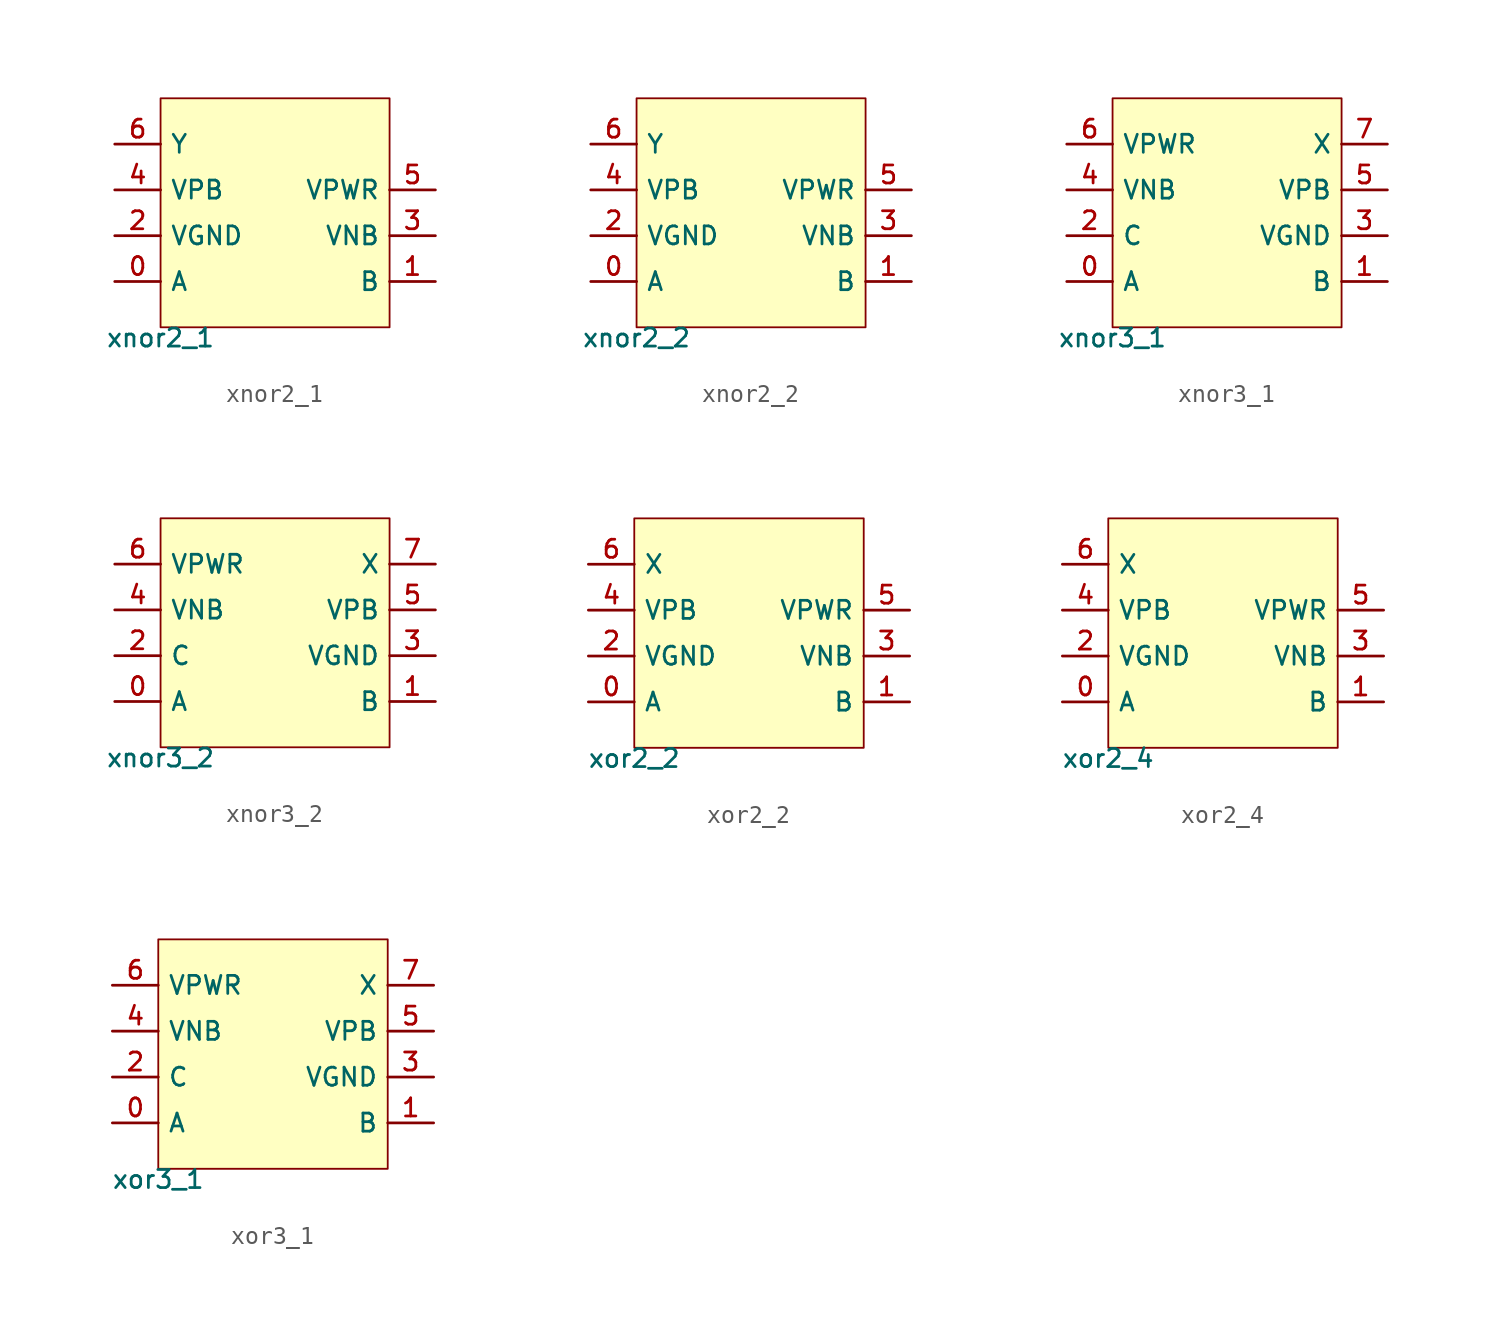
<source format=kicad_sym>
(kicad_symbol_lib
  (version 20211014)
  (generator pdk2kicad)
  (symbol "xnor2_1"
    (property "Reference" "X"
      (at 0 0 0)
      (effects (font (size 1 1)) hide))
    (property "Value" "xnor2_1"
      (at -6.35 -6.35 0)
      (effects (font (size 1 1)) (justify top)))
    (rectangle
      (start -6.35 -6.35)
      (end 6.35 6.35)
      (stroke (width 0.1) (type solid) (color 0 0 0 0))
      (fill (type background)))
    (pin bidirectional line
      (at -8.89 -3.81 0)
      (length 2.54)
      (name "A" (effects (font (size 1 1)) hide))
      (number "0" (effects (font (size 1 1)) hide)))
    (pin bidirectional line
      (at 8.89 -3.81 180)
      (length 2.54)
      (name "B" (effects (font (size 1 1)) hide))
      (number "1" (effects (font (size 1 1)) hide)))
    (pin bidirectional line
      (at -8.89 -1.27 0)
      (length 2.54)
      (name "VGND" (effects (font (size 1 1)) hide))
      (number "2" (effects (font (size 1 1)) hide)))
    (pin bidirectional line
      (at 8.89 -1.27 180)
      (length 2.54)
      (name "VNB" (effects (font (size 1 1)) hide))
      (number "3" (effects (font (size 1 1)) hide)))
    (pin bidirectional line
      (at -8.89 1.27 0)
      (length 2.54)
      (name "VPB" (effects (font (size 1 1)) hide))
      (number "4" (effects (font (size 1 1)) hide)))
    (pin bidirectional line
      (at 8.89 1.27 180)
      (length 2.54)
      (name "VPWR" (effects (font (size 1 1)) hide))
      (number "5" (effects (font (size 1 1)) hide)))
    (pin bidirectional line
      (at -8.89 3.81 0)
      (length 2.54)
      (name "Y" (effects (font (size 1 1)) hide))
      (number "6" (effects (font (size 1 1)) hide))))
  (symbol "xnor2_2"
    (property "Reference" "X"
      (at 0 0 0)
      (effects (font (size 1 1)) hide))
    (property "Value" "xnor2_2"
      (at -6.35 -6.35 0)
      (effects (font (size 1 1)) (justify top)))
    (rectangle
      (start -6.35 -6.35)
      (end 6.35 6.35)
      (stroke (width 0.1) (type solid) (color 0 0 0 0))
      (fill (type background)))
    (pin bidirectional line
      (at -8.89 -3.81 0)
      (length 2.54)
      (name "A" (effects (font (size 1 1)) hide))
      (number "0" (effects (font (size 1 1)) hide)))
    (pin bidirectional line
      (at 8.89 -3.81 180)
      (length 2.54)
      (name "B" (effects (font (size 1 1)) hide))
      (number "1" (effects (font (size 1 1)) hide)))
    (pin bidirectional line
      (at -8.89 -1.27 0)
      (length 2.54)
      (name "VGND" (effects (font (size 1 1)) hide))
      (number "2" (effects (font (size 1 1)) hide)))
    (pin bidirectional line
      (at 8.89 -1.27 180)
      (length 2.54)
      (name "VNB" (effects (font (size 1 1)) hide))
      (number "3" (effects (font (size 1 1)) hide)))
    (pin bidirectional line
      (at -8.89 1.27 0)
      (length 2.54)
      (name "VPB" (effects (font (size 1 1)) hide))
      (number "4" (effects (font (size 1 1)) hide)))
    (pin bidirectional line
      (at 8.89 1.27 180)
      (length 2.54)
      (name "VPWR" (effects (font (size 1 1)) hide))
      (number "5" (effects (font (size 1 1)) hide)))
    (pin bidirectional line
      (at -8.89 3.81 0)
      (length 2.54)
      (name "Y" (effects (font (size 1 1)) hide))
      (number "6" (effects (font (size 1 1)) hide))))
  (symbol "xnor3_1"
    (property "Reference" "X"
      (at 0 0 0)
      (effects (font (size 1 1)) hide))
    (property "Value" "xnor3_1"
      (at -6.35 -6.35 0)
      (effects (font (size 1 1)) (justify top)))
    (rectangle
      (start -6.35 -6.35)
      (end 6.35 6.35)
      (stroke (width 0.1) (type solid) (color 0 0 0 0))
      (fill (type background)))
    (pin bidirectional line
      (at -8.89 -3.81 0)
      (length 2.54)
      (name "A" (effects (font (size 1 1)) hide))
      (number "0" (effects (font (size 1 1)) hide)))
    (pin bidirectional line
      (at 8.89 -3.81 180)
      (length 2.54)
      (name "B" (effects (font (size 1 1)) hide))
      (number "1" (effects (font (size 1 1)) hide)))
    (pin bidirectional line
      (at -8.89 -1.27 0)
      (length 2.54)
      (name "C" (effects (font (size 1 1)) hide))
      (number "2" (effects (font (size 1 1)) hide)))
    (pin bidirectional line
      (at 8.89 -1.27 180)
      (length 2.54)
      (name "VGND" (effects (font (size 1 1)) hide))
      (number "3" (effects (font (size 1 1)) hide)))
    (pin bidirectional line
      (at -8.89 1.27 0)
      (length 2.54)
      (name "VNB" (effects (font (size 1 1)) hide))
      (number "4" (effects (font (size 1 1)) hide)))
    (pin bidirectional line
      (at 8.89 1.27 180)
      (length 2.54)
      (name "VPB" (effects (font (size 1 1)) hide))
      (number "5" (effects (font (size 1 1)) hide)))
    (pin bidirectional line
      (at -8.89 3.81 0)
      (length 2.54)
      (name "VPWR" (effects (font (size 1 1)) hide))
      (number "6" (effects (font (size 1 1)) hide)))
    (pin bidirectional line
      (at 8.89 3.81 180)
      (length 2.54)
      (name "X" (effects (font (size 1 1)) hide))
      (number "7" (effects (font (size 1 1)) hide))))
  (symbol "xnor3_2"
    (property "Reference" "X"
      (at 0 0 0)
      (effects (font (size 1 1)) hide))
    (property "Value" "xnor3_2"
      (at -6.35 -6.35 0)
      (effects (font (size 1 1)) (justify top)))
    (rectangle
      (start -6.35 -6.35)
      (end 6.35 6.35)
      (stroke (width 0.1) (type solid) (color 0 0 0 0))
      (fill (type background)))
    (pin bidirectional line
      (at -8.89 -3.81 0)
      (length 2.54)
      (name "A" (effects (font (size 1 1)) hide))
      (number "0" (effects (font (size 1 1)) hide)))
    (pin bidirectional line
      (at 8.89 -3.81 180)
      (length 2.54)
      (name "B" (effects (font (size 1 1)) hide))
      (number "1" (effects (font (size 1 1)) hide)))
    (pin bidirectional line
      (at -8.89 -1.27 0)
      (length 2.54)
      (name "C" (effects (font (size 1 1)) hide))
      (number "2" (effects (font (size 1 1)) hide)))
    (pin bidirectional line
      (at 8.89 -1.27 180)
      (length 2.54)
      (name "VGND" (effects (font (size 1 1)) hide))
      (number "3" (effects (font (size 1 1)) hide)))
    (pin bidirectional line
      (at -8.89 1.27 0)
      (length 2.54)
      (name "VNB" (effects (font (size 1 1)) hide))
      (number "4" (effects (font (size 1 1)) hide)))
    (pin bidirectional line
      (at 8.89 1.27 180)
      (length 2.54)
      (name "VPB" (effects (font (size 1 1)) hide))
      (number "5" (effects (font (size 1 1)) hide)))
    (pin bidirectional line
      (at -8.89 3.81 0)
      (length 2.54)
      (name "VPWR" (effects (font (size 1 1)) hide))
      (number "6" (effects (font (size 1 1)) hide)))
    (pin bidirectional line
      (at 8.89 3.81 180)
      (length 2.54)
      (name "X" (effects (font (size 1 1)) hide))
      (number "7" (effects (font (size 1 1)) hide))))
  (symbol "xor2_2"
    (property "Reference" "X"
      (at 0 0 0)
      (effects (font (size 1 1)) hide))
    (property "Value" "xor2_2"
      (at -6.35 -6.35 0)
      (effects (font (size 1 1)) (justify top)))
    (rectangle
      (start -6.35 -6.35)
      (end 6.35 6.35)
      (stroke (width 0.1) (type solid) (color 0 0 0 0))
      (fill (type background)))
    (pin bidirectional line
      (at -8.89 -3.81 0)
      (length 2.54)
      (name "A" (effects (font (size 1 1)) hide))
      (number "0" (effects (font (size 1 1)) hide)))
    (pin bidirectional line
      (at 8.89 -3.81 180)
      (length 2.54)
      (name "B" (effects (font (size 1 1)) hide))
      (number "1" (effects (font (size 1 1)) hide)))
    (pin bidirectional line
      (at -8.89 -1.27 0)
      (length 2.54)
      (name "VGND" (effects (font (size 1 1)) hide))
      (number "2" (effects (font (size 1 1)) hide)))
    (pin bidirectional line
      (at 8.89 -1.27 180)
      (length 2.54)
      (name "VNB" (effects (font (size 1 1)) hide))
      (number "3" (effects (font (size 1 1)) hide)))
    (pin bidirectional line
      (at -8.89 1.27 0)
      (length 2.54)
      (name "VPB" (effects (font (size 1 1)) hide))
      (number "4" (effects (font (size 1 1)) hide)))
    (pin bidirectional line
      (at 8.89 1.27 180)
      (length 2.54)
      (name "VPWR" (effects (font (size 1 1)) hide))
      (number "5" (effects (font (size 1 1)) hide)))
    (pin bidirectional line
      (at -8.89 3.81 0)
      (length 2.54)
      (name "X" (effects (font (size 1 1)) hide))
      (number "6" (effects (font (size 1 1)) hide))))
  (symbol "xor2_4"
    (property "Reference" "X"
      (at 0 0 0)
      (effects (font (size 1 1)) hide))
    (property "Value" "xor2_4"
      (at -6.35 -6.35 0)
      (effects (font (size 1 1)) (justify top)))
    (rectangle
      (start -6.35 -6.35)
      (end 6.35 6.35)
      (stroke (width 0.1) (type solid) (color 0 0 0 0))
      (fill (type background)))
    (pin bidirectional line
      (at -8.89 -3.81 0)
      (length 2.54)
      (name "A" (effects (font (size 1 1)) hide))
      (number "0" (effects (font (size 1 1)) hide)))
    (pin bidirectional line
      (at 8.89 -3.81 180)
      (length 2.54)
      (name "B" (effects (font (size 1 1)) hide))
      (number "1" (effects (font (size 1 1)) hide)))
    (pin bidirectional line
      (at -8.89 -1.27 0)
      (length 2.54)
      (name "VGND" (effects (font (size 1 1)) hide))
      (number "2" (effects (font (size 1 1)) hide)))
    (pin bidirectional line
      (at 8.89 -1.27 180)
      (length 2.54)
      (name "VNB" (effects (font (size 1 1)) hide))
      (number "3" (effects (font (size 1 1)) hide)))
    (pin bidirectional line
      (at -8.89 1.27 0)
      (length 2.54)
      (name "VPB" (effects (font (size 1 1)) hide))
      (number "4" (effects (font (size 1 1)) hide)))
    (pin bidirectional line
      (at 8.89 1.27 180)
      (length 2.54)
      (name "VPWR" (effects (font (size 1 1)) hide))
      (number "5" (effects (font (size 1 1)) hide)))
    (pin bidirectional line
      (at -8.89 3.81 0)
      (length 2.54)
      (name "X" (effects (font (size 1 1)) hide))
      (number "6" (effects (font (size 1 1)) hide))))
  (symbol "xor3_1"
    (property "Reference" "X"
      (at 0 0 0)
      (effects (font (size 1 1)) hide))
    (property "Value" "xor3_1"
      (at -6.35 -6.35 0)
      (effects (font (size 1 1)) (justify top)))
    (rectangle
      (start -6.35 -6.35)
      (end 6.35 6.35)
      (stroke (width 0.1) (type solid) (color 0 0 0 0))
      (fill (type background)))
    (pin bidirectional line
      (at -8.89 -3.81 0)
      (length 2.54)
      (name "A" (effects (font (size 1 1)) hide))
      (number "0" (effects (font (size 1 1)) hide)))
    (pin bidirectional line
      (at 8.89 -3.81 180)
      (length 2.54)
      (name "B" (effects (font (size 1 1)) hide))
      (number "1" (effects (font (size 1 1)) hide)))
    (pin bidirectional line
      (at -8.89 -1.27 0)
      (length 2.54)
      (name "C" (effects (font (size 1 1)) hide))
      (number "2" (effects (font (size 1 1)) hide)))
    (pin bidirectional line
      (at 8.89 -1.27 180)
      (length 2.54)
      (name "VGND" (effects (font (size 1 1)) hide))
      (number "3" (effects (font (size 1 1)) hide)))
    (pin bidirectional line
      (at -8.89 1.27 0)
      (length 2.54)
      (name "VNB" (effects (font (size 1 1)) hide))
      (number "4" (effects (font (size 1 1)) hide)))
    (pin bidirectional line
      (at 8.89 1.27 180)
      (length 2.54)
      (name "VPB" (effects (font (size 1 1)) hide))
      (number "5" (effects (font (size 1 1)) hide)))
    (pin bidirectional line
      (at -8.89 3.81 0)
      (length 2.54)
      (name "VPWR" (effects (font (size 1 1)) hide))
      (number "6" (effects (font (size 1 1)) hide)))
    (pin bidirectional line
      (at 8.89 3.81 180)
      (length 2.54)
      (name "X" (effects (font (size 1 1)) hide))
      (number "7" (effects (font (size 1 1)) hide)))))
</source>
